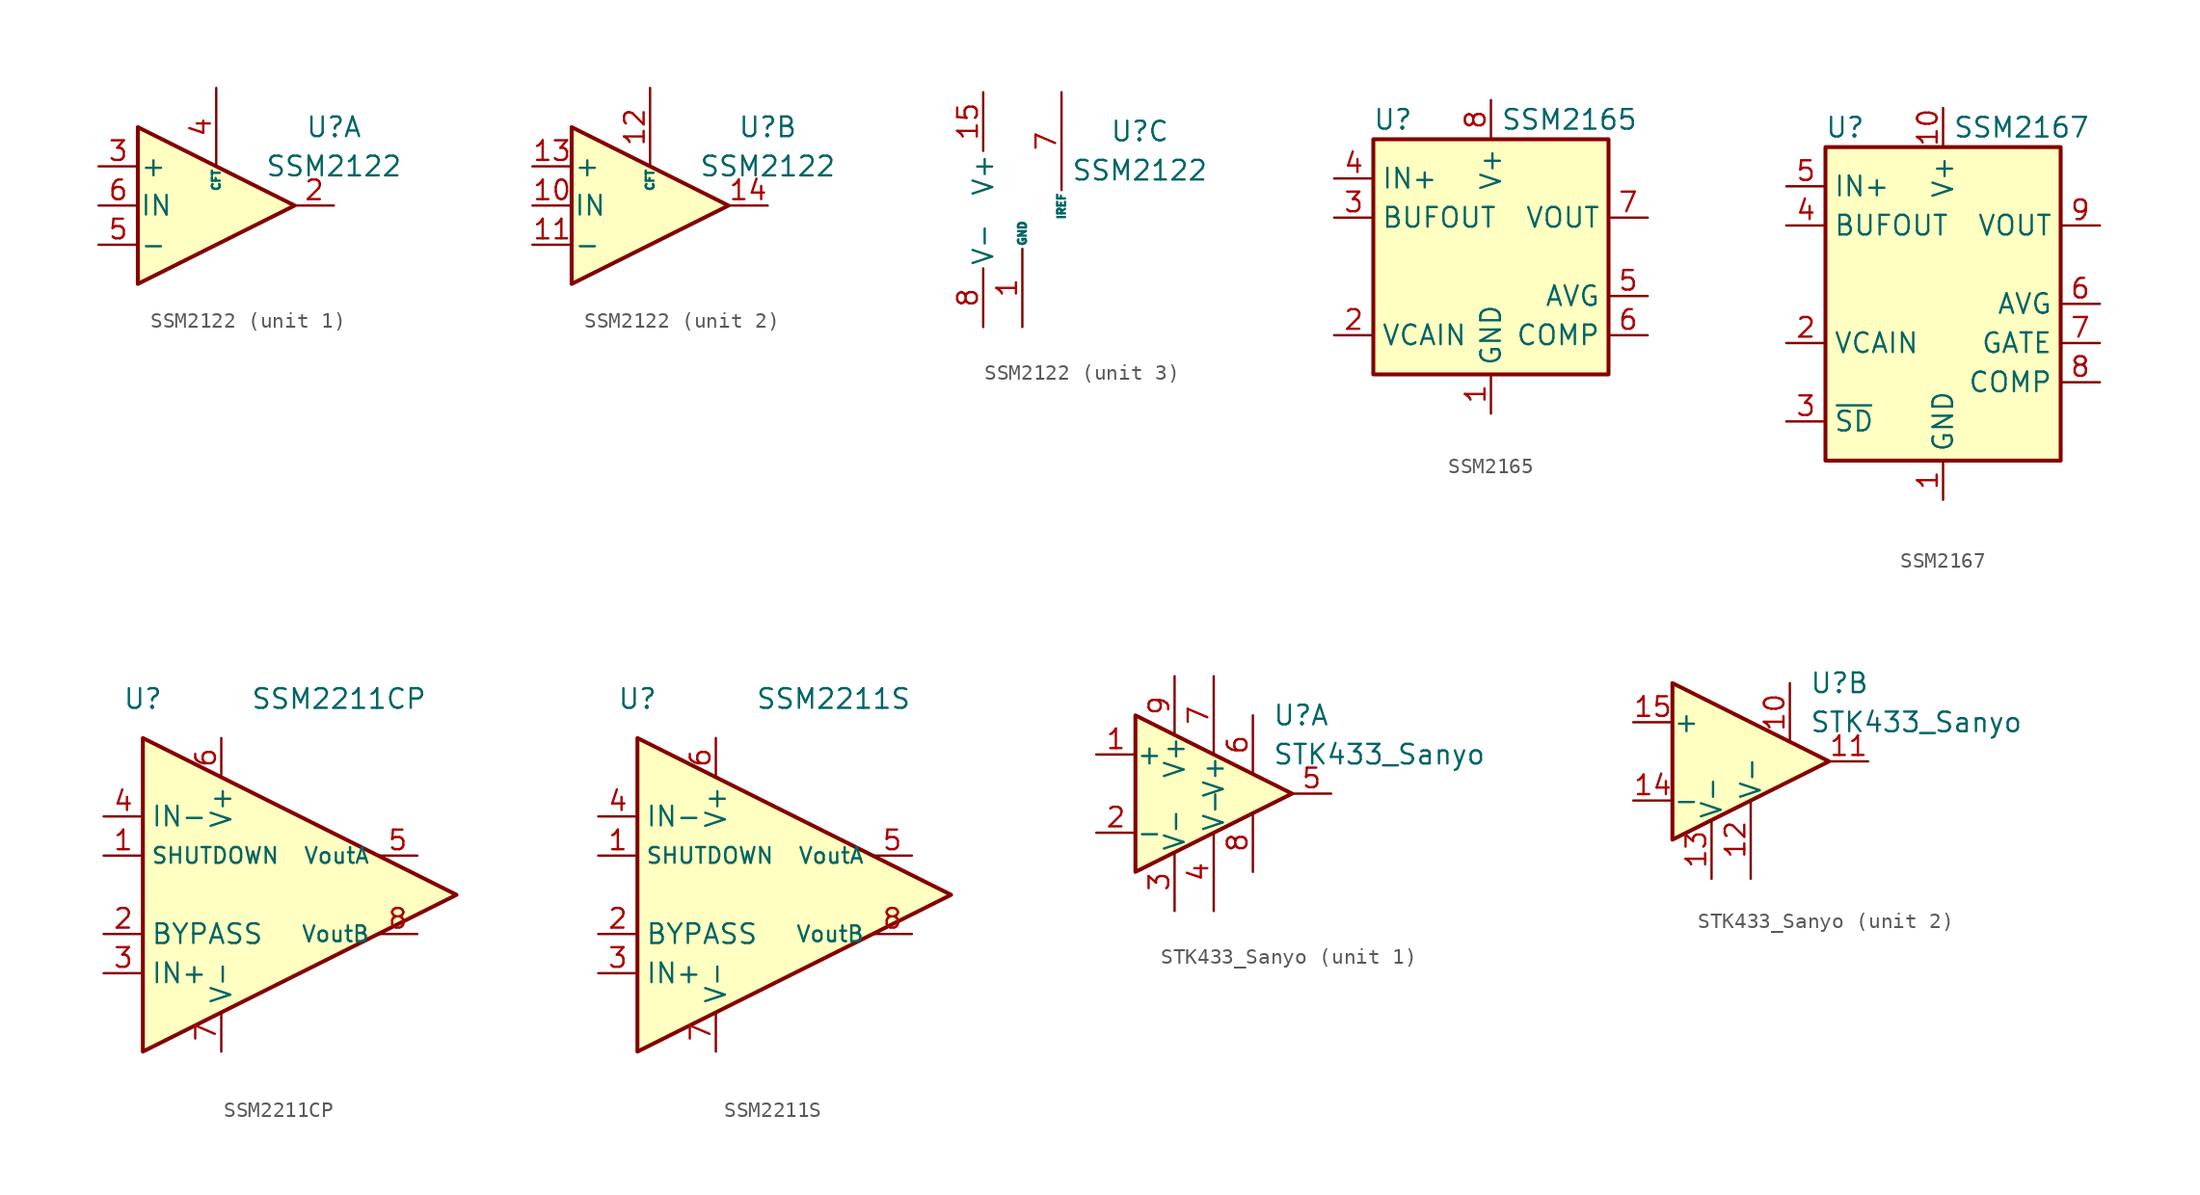
<source format=kicad_sym>
(kicad_symbol_lib
  (version 20200908)
  (generator kicad_symbol_editor)
  (symbol "Amplifier_Audio:SSM2122"
    (pin_names
      (offset 0.127))
    (property "Reference" "U"
      (at 7.62 5.08 0)
      (effects (font (size 1.27 1.27))))
    (property "Value" "SSM2122"
      (at 7.62 2.54 0)
      (effects (font (size 1.27 1.27))))
    (property "ki_locked" ""
      (at 0 0 0)
      (effects (font (size 1.27 1.27))))
    (symbol "SSM2122_1_1"
      (polyline (pts (xy -5.08 5.08) (xy 5.08 0) (xy -5.08 -5.08) (xy -5.08 5.08)) (stroke (width 0.254)) (fill (type background)))
      (pin output line (at 7.62 0 180) (length 2.54) (name "~" (effects (font (size 1.27 1.27)))) (number "2" (effects (font (size 1.27 1.27)))))
      (pin input line (at -7.62 2.54 0) (length 2.54) (name "+" (effects (font (size 1.27 1.27)))) (number "3" (effects (font (size 1.27 1.27)))))
      (pin input line (at 0 7.62 270) (length 5.08) (name "CFT" (effects (font (size 0.508 0.508)))) (number "4" (effects (font (size 1.27 1.27)))))
      (pin input line (at -7.62 -2.54 0) (length 2.54) (name "-" (effects (font (size 1.27 1.27)))) (number "5" (effects (font (size 1.27 1.27)))))
      (pin input line (at -7.62 0 0) (length 2.54) (name "IN" (effects (font (size 1.27 1.27)))) (number "6" (effects (font (size 1.27 1.27))))))
    (symbol "SSM2122_2_1"
      (polyline (pts (xy -5.08 5.08) (xy 5.08 0) (xy -5.08 -5.08) (xy -5.08 5.08)) (stroke (width 0.254)) (fill (type background)))
      (pin input line (at -7.62 0 0) (length 2.54) (name "IN" (effects (font (size 1.27 1.27)))) (number "10" (effects (font (size 1.27 1.27)))))
      (pin input line (at -7.62 -2.54 0) (length 2.54) (name "-" (effects (font (size 1.27 1.27)))) (number "11" (effects (font (size 1.27 1.27)))))
      (pin input line (at 0 7.62 270) (length 5.08) (name "CFT" (effects (font (size 0.508 0.508)))) (number "12" (effects (font (size 1.27 1.27)))))
      (pin input line (at -7.62 2.54 0) (length 2.54) (name "+" (effects (font (size 1.27 1.27)))) (number "13" (effects (font (size 1.27 1.27)))))
      (pin output line (at 7.62 0 180) (length 2.54) (name "~" (effects (font (size 1.27 1.27)))) (number "14" (effects (font (size 1.27 1.27))))))
    (symbol "SSM2122_3_0"
      (pin power_in line (at 0 -7.62 90) (length 5.08) (name "GND" (effects (font (size 0.508 0.508)))) (number "1" (effects (font (size 1.27 1.27)))))
      (pin power_in line (at -2.54 7.62 270) (length 3.81) (name "V+" (effects (font (size 1.27 1.27)))) (number "15" (effects (font (size 1.27 1.27)))))
      (pin passive line (at 0 -7.62 90) (length 5.08) hide (name "GND" (effects (font (size 0.508 0.508)))) (number "16" (effects (font (size 1.27 1.27)))))
      (pin input line (at 2.54 7.62 270) (length 6.35) (name "IREF" (effects (font (size 0.508 0.508)))) (number "7" (effects (font (size 1.27 1.27)))))
      (pin power_in line (at -2.54 -7.62 90) (length 3.81) (name "V-" (effects (font (size 1.27 1.27)))) (number "8" (effects (font (size 1.27 1.27)))))
      (pin passive line (at 0 -7.62 90) (length 5.08) hide (name "GND" (effects (font (size 0.508 0.508)))) (number "9" (effects (font (size 1.27 1.27)))))))
  (symbol "Amplifier_Audio:SSM2165"
    (property "Reference" "U"
      (at -6.35 8.89 0)
      (effects (font (size 1.27 1.27))))
    (property "Value" "SSM2165"
      (at 5.08 8.89 0)
      (effects (font (size 1.27 1.27))))
    (symbol "SSM2165_0_1"
      (rectangle (start -7.62 7.62) (end 7.62 -7.62) (stroke (width 0.254)) (fill (type background))))
    (symbol "SSM2165_1_1"
      (pin power_in line (at 0 -10.16 90) (length 2.54) (name "GND" (effects (font (size 1.27 1.27)))) (number "1" (effects (font (size 1.27 1.27)))))
      (pin input line (at -10.16 -5.08 0) (length 2.54) (name "VCAIN" (effects (font (size 1.27 1.27)))) (number "2" (effects (font (size 1.27 1.27)))))
      (pin output line (at -10.16 2.54 0) (length 2.54) (name "BUFOUT" (effects (font (size 1.27 1.27)))) (number "3" (effects (font (size 1.27 1.27)))))
      (pin input line (at -10.16 5.08 0) (length 2.54) (name "IN+" (effects (font (size 1.27 1.27)))) (number "4" (effects (font (size 1.27 1.27)))))
      (pin passive line (at 10.16 -2.54 180) (length 2.54) (name "AVG" (effects (font (size 1.27 1.27)))) (number "5" (effects (font (size 1.27 1.27)))))
      (pin passive line (at 10.16 -5.08 180) (length 2.54) (name "COMP" (effects (font (size 1.27 1.27)))) (number "6" (effects (font (size 1.27 1.27)))))
      (pin output line (at 10.16 2.54 180) (length 2.54) (name "VOUT" (effects (font (size 1.27 1.27)))) (number "7" (effects (font (size 1.27 1.27)))))
      (pin power_in line (at 0 10.16 270) (length 2.54) (name "V+" (effects (font (size 1.27 1.27)))) (number "8" (effects (font (size 1.27 1.27)))))))
  (symbol "Amplifier_Audio:SSM2167"
    (property "Reference" "U"
      (at -6.35 11.43 0)
      (effects (font (size 1.27 1.27))))
    (property "Value" "SSM2167"
      (at 5.08 11.43 0)
      (effects (font (size 1.27 1.27))))
    (symbol "SSM2167_0_1"
      (rectangle (start -7.62 10.16) (end 7.62 -10.16) (stroke (width 0.254)) (fill (type background))))
    (symbol "SSM2167_1_1"
      (pin power_in line (at 0 -12.7 90) (length 2.54) (name "GND" (effects (font (size 1.27 1.27)))) (number "1" (effects (font (size 1.27 1.27)))))
      (pin power_in line (at 0 12.7 270) (length 2.54) (name "V+" (effects (font (size 1.27 1.27)))) (number "10" (effects (font (size 1.27 1.27)))))
      (pin input line (at -10.16 -2.54 0) (length 2.54) (name "VCAIN" (effects (font (size 1.27 1.27)))) (number "2" (effects (font (size 1.27 1.27)))))
      (pin input line (at -10.16 -7.62 0) (length 2.54) (name "~SD" (effects (font (size 1.27 1.27)))) (number "3" (effects (font (size 1.27 1.27)))))
      (pin output line (at -10.16 5.08 0) (length 2.54) (name "BUFOUT" (effects (font (size 1.27 1.27)))) (number "4" (effects (font (size 1.27 1.27)))))
      (pin input line (at -10.16 7.62 0) (length 2.54) (name "IN+" (effects (font (size 1.27 1.27)))) (number "5" (effects (font (size 1.27 1.27)))))
      (pin passive line (at 10.16 0 180) (length 2.54) (name "AVG" (effects (font (size 1.27 1.27)))) (number "6" (effects (font (size 1.27 1.27)))))
      (pin passive line (at 10.16 -2.54 180) (length 2.54) (name "GATE" (effects (font (size 1.27 1.27)))) (number "7" (effects (font (size 1.27 1.27)))))
      (pin passive line (at 10.16 -5.08 180) (length 2.54) (name "COMP" (effects (font (size 1.27 1.27)))) (number "8" (effects (font (size 1.27 1.27)))))
      (pin output line (at 10.16 5.08 180) (length 2.54) (name "VOUT" (effects (font (size 1.27 1.27)))) (number "9" (effects (font (size 1.27 1.27)))))))
  (symbol "Amplifier_Audio:SSM2211CP"
    (property "Reference" "U"
      (at -7.62 12.7 0)
      (effects (font (size 1.27 1.27))))
    (property "Value" "SSM2211CP"
      (at 5.08 12.7 0)
      (effects (font (size 1.27 1.27))))
    (symbol "SSM2211CP_0_1"
      (polyline (pts (xy -7.62 10.16) (xy -7.62 -10.16) (xy 12.7 0) (xy -7.62 10.16)) (stroke (width 0.254)) (fill (type background))))
    (symbol "SSM2211CP_1_1"
      (pin input line (at -10.16 2.54 0) (length 2.54) (name "SHUTDOWN" (effects (font (size 1.016 1.016)))) (number "1" (effects (font (size 1.27 1.27)))))
      (pin passive line (at -10.16 -2.54 0) (length 2.54) (name "BYPASS" (effects (font (size 1.27 1.27)))) (number "2" (effects (font (size 1.27 1.27)))))
      (pin input line (at -10.16 -5.08 0) (length 2.54) (name "IN+" (effects (font (size 1.27 1.27)))) (number "3" (effects (font (size 1.27 1.27)))))
      (pin input line (at -10.16 5.08 0) (length 2.54) (name "IN-" (effects (font (size 1.27 1.27)))) (number "4" (effects (font (size 1.27 1.27)))))
      (pin output line (at 10.16 2.54 180) (length 2.54) (name "VoutA" (effects (font (size 1.016 1.016)))) (number "5" (effects (font (size 1.27 1.27)))))
      (pin power_in line (at -2.54 10.16 270) (length 2.54) (name "V+" (effects (font (size 1.27 1.27)))) (number "6" (effects (font (size 1.27 1.27)))))
      (pin power_in line (at -2.54 -10.16 90) (length 2.54) (name "V-" (effects (font (size 1.27 1.27)))) (number "7" (effects (font (size 1.27 1.27)))))
      (pin output line (at 10.16 -2.54 180) (length 2.54) (name "VoutB" (effects (font (size 1.016 1.016)))) (number "8" (effects (font (size 1.27 1.27)))))
      (pin passive line (at -2.54 -10.16 90) (length 2.54) hide (name "V-" (effects (font (size 1.27 1.27)))) (number "9" (effects (font (size 1.27 1.27)))))))
  (symbol "Amplifier_Audio:SSM2211S"
    (property "Reference" "U"
      (at -7.62 12.7 0)
      (effects (font (size 1.27 1.27))))
    (property "Value" "SSM2211S"
      (at 5.08 12.7 0)
      (effects (font (size 1.27 1.27))))
    (symbol "SSM2211S_0_1"
      (polyline (pts (xy -7.62 10.16) (xy -7.62 -10.16) (xy 12.7 0) (xy -7.62 10.16)) (stroke (width 0.254)) (fill (type background))))
    (symbol "SSM2211S_1_1"
      (pin input line (at -10.16 2.54 0) (length 2.54) (name "SHUTDOWN" (effects (font (size 1.016 1.016)))) (number "1" (effects (font (size 1.27 1.27)))))
      (pin passive line (at -10.16 -2.54 0) (length 2.54) (name "BYPASS" (effects (font (size 1.27 1.27)))) (number "2" (effects (font (size 1.27 1.27)))))
      (pin input line (at -10.16 -5.08 0) (length 2.54) (name "IN+" (effects (font (size 1.27 1.27)))) (number "3" (effects (font (size 1.27 1.27)))))
      (pin input line (at -10.16 5.08 0) (length 2.54) (name "IN-" (effects (font (size 1.27 1.27)))) (number "4" (effects (font (size 1.27 1.27)))))
      (pin output line (at 10.16 2.54 180) (length 2.54) (name "VoutA" (effects (font (size 1.016 1.016)))) (number "5" (effects (font (size 1.27 1.27)))))
      (pin power_in line (at -2.54 10.16 270) (length 2.54) (name "V+" (effects (font (size 1.27 1.27)))) (number "6" (effects (font (size 1.27 1.27)))))
      (pin power_in line (at -2.54 -10.16 90) (length 2.54) (name "V-" (effects (font (size 1.27 1.27)))) (number "7" (effects (font (size 1.27 1.27)))))
      (pin output line (at 10.16 -2.54 180) (length 2.54) (name "VoutB" (effects (font (size 1.016 1.016)))) (number "8" (effects (font (size 1.27 1.27)))))))
  (symbol "Amplifier_Audio:STK433_Sanyo"
    (pin_names
      (offset 0.025))
    (property "Reference" "U"
      (at 3.81 5.08 0)
      (effects (font (size 1.27 1.27)) (justify left)))
    (property "Value" "STK433_Sanyo"
      (at 3.81 2.54 0)
      (effects (font (size 1.27 1.27)) (justify left)))
    (symbol "STK433_Sanyo_0_1"
      (polyline (pts (xy -5.08 5.08) (xy 5.08 0) (xy -5.08 -5.08) (xy -5.08 5.08)) (stroke (width 0.254)) (fill (type background))))
    (symbol "STK433_Sanyo_1_1"
      (pin input line (at -7.62 2.54 0) (length 2.54) (name "+" (effects (font (size 1.27 1.27)))) (number "1" (effects (font (size 1.27 1.27)))))
      (pin input line (at -7.62 -2.54 0) (length 2.54) (name "-" (effects (font (size 1.27 1.27)))) (number "2" (effects (font (size 1.27 1.27)))))
      (pin power_in line (at -2.54 -7.62 90) (length 3.81) (name "V-" (effects (font (size 1.27 1.27)))) (number "3" (effects (font (size 1.27 1.27)))))
      (pin power_in line (at 0 -7.62 90) (length 5.08) (name "V-" (effects (font (size 1.27 1.27)))) (number "4" (effects (font (size 1.27 1.27)))))
      (pin output line (at 7.62 0 180) (length 2.54) (name "~" (effects (font (size 1.27 1.27)))) (number "5" (effects (font (size 1.27 1.27)))))
      (pin passive line (at 2.54 5.08 270) (length 3.81) (name "~" (effects (font (size 1.27 1.27)))) (number "6" (effects (font (size 1.27 1.27)))))
      (pin power_in line (at 0 7.62 270) (length 5.08) (name "V+" (effects (font (size 1.27 1.27)))) (number "7" (effects (font (size 1.27 1.27)))))
      (pin power_in line (at 2.54 -5.08 90) (length 3.81) (name "~" (effects (font (size 1.27 1.27)))) (number "8" (effects (font (size 1.27 1.27)))))
      (pin power_in line (at -2.54 7.62 270) (length 3.81) (name "V+" (effects (font (size 1.27 1.27)))) (number "9" (effects (font (size 1.27 1.27))))))
    (symbol "STK433_Sanyo_2_1"
      (pin passive line (at 2.54 5.08 270) (length 3.81) (name "~" (effects (font (size 1.27 1.27)))) (number "10" (effects (font (size 1.27 1.27)))))
      (pin output line (at 7.62 0 180) (length 2.54) (name "~" (effects (font (size 1.27 1.27)))) (number "11" (effects (font (size 1.27 1.27)))))
      (pin power_in line (at 0 -7.62 90) (length 5.08) (name "V-" (effects (font (size 1.27 1.27)))) (number "12" (effects (font (size 1.27 1.27)))))
      (pin power_in line (at -2.54 -7.62 90) (length 3.81) (name "V-" (effects (font (size 1.27 1.27)))) (number "13" (effects (font (size 1.27 1.27)))))
      (pin input line (at -7.62 -2.54 0) (length 2.54) (name "-" (effects (font (size 1.27 1.27)))) (number "14" (effects (font (size 1.27 1.27)))))
      (pin input line (at -7.62 2.54 0) (length 2.54) (name "+" (effects (font (size 1.27 1.27)))) (number "15" (effects (font (size 1.27 1.27))))))))
</source>
